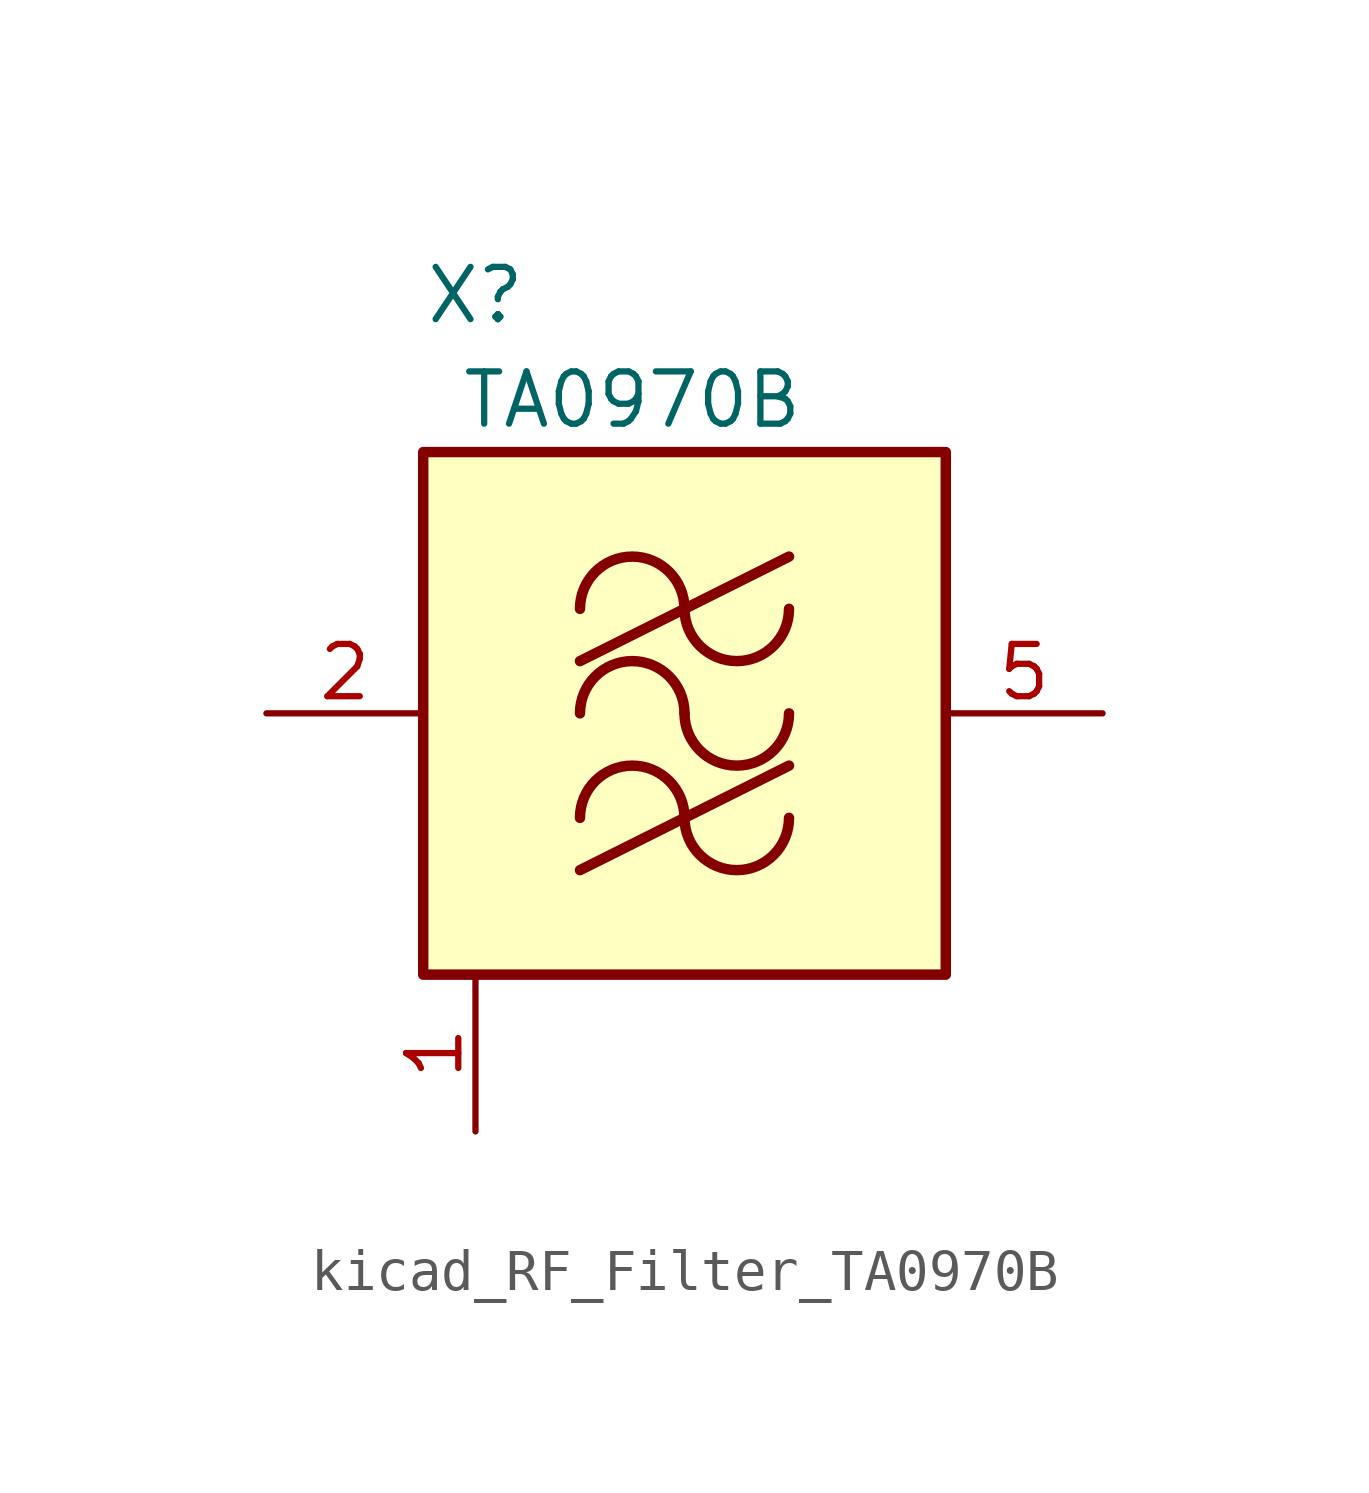
<source format=kicad_sym>
(kicad_symbol_lib
  (version 20220914)
  (generator kicad_symbol_editor)
  (symbol "kicad_RF_Filter_TA0970B"
    (pin_names hide)
    (property "Reference" "X"
      (at -5.08 10.16 0)
      (effects (font (size 1.27 1.27))))
    (property "Value" "TA0970B"
      (at -1.27 7.62 0)
      (effects (font (size 1.27 1.27))))
    (symbol "kicad_RF_Filter_TA0970B_1_1"
      (rectangle (start -6.35 6.35) (end 6.35 -6.35) (stroke (width 0.254) (type default)) (fill (type background)))
      (arc (start 0 -2.54) (mid -1.27 -1.2755) (end -2.54 -2.54) (stroke (width 0.254) (type default)) (fill (type none)))
      (arc (start 0 -2.54) (mid 1.27 -3.8045) (end 2.54 -2.54) (stroke (width 0.254) (type default)) (fill (type none)))
      (arc (start 0 0) (mid -1.27 1.2645) (end -2.54 0) (stroke (width 0.254) (type default)) (fill (type none)))
      (polyline (pts (xy -2.54 -3.81) (xy 2.54 -1.27)) (stroke (width 0.254) (type default)) (fill (type none)))
      (polyline (pts (xy -2.54 1.27) (xy 2.54 3.81)) (stroke (width 0.254) (type default)) (fill (type none)))
      (arc (start 0 0) (mid 1.27 -1.2645) (end 2.54 0) (stroke (width 0.254) (type default)) (fill (type none)))
      (arc (start 0 2.54) (mid -1.27 3.8045) (end -2.54 2.54) (stroke (width 0.254) (type default)) (fill (type none)))
      (arc (start 0 2.54) (mid 1.27 1.2755) (end 2.54 2.54) (stroke (width 0.254) (type default)) (fill (type none)))
      (pin power_in line (at -5.08 -10.16 90) (length 3.81) (name "GND" (effects (font (size 1.27 1.27)))) (number "1" (effects (font (size 1.27 1.27)))))
      (pin input line (at -10.16 0 0) (length 3.81) (name "IN" (effects (font (size 1.27 1.27)))) (number "2" (effects (font (size 1.27 1.27)))))
      (pin passive line (at -5.08 -10.16 90) (length 3.81) hide (name "GND" (effects (font (size 1.27 1.27)))) (number "3" (effects (font (size 1.27 1.27)))))
      (pin passive line (at -5.08 -10.16 90) (length 3.81) hide (name "GND" (effects (font (size 1.27 1.27)))) (number "4" (effects (font (size 1.27 1.27)))))
      (pin output line (at 10.16 0 180) (length 3.81) (name "OUT" (effects (font (size 1.27 1.27)))) (number "5" (effects (font (size 1.27 1.27)))))
      (pin passive line (at -5.08 -10.16 90) (length 3.81) hide (name "GND" (effects (font (size 1.27 1.27)))) (number "6" (effects (font (size 1.27 1.27))))))))
</source>
